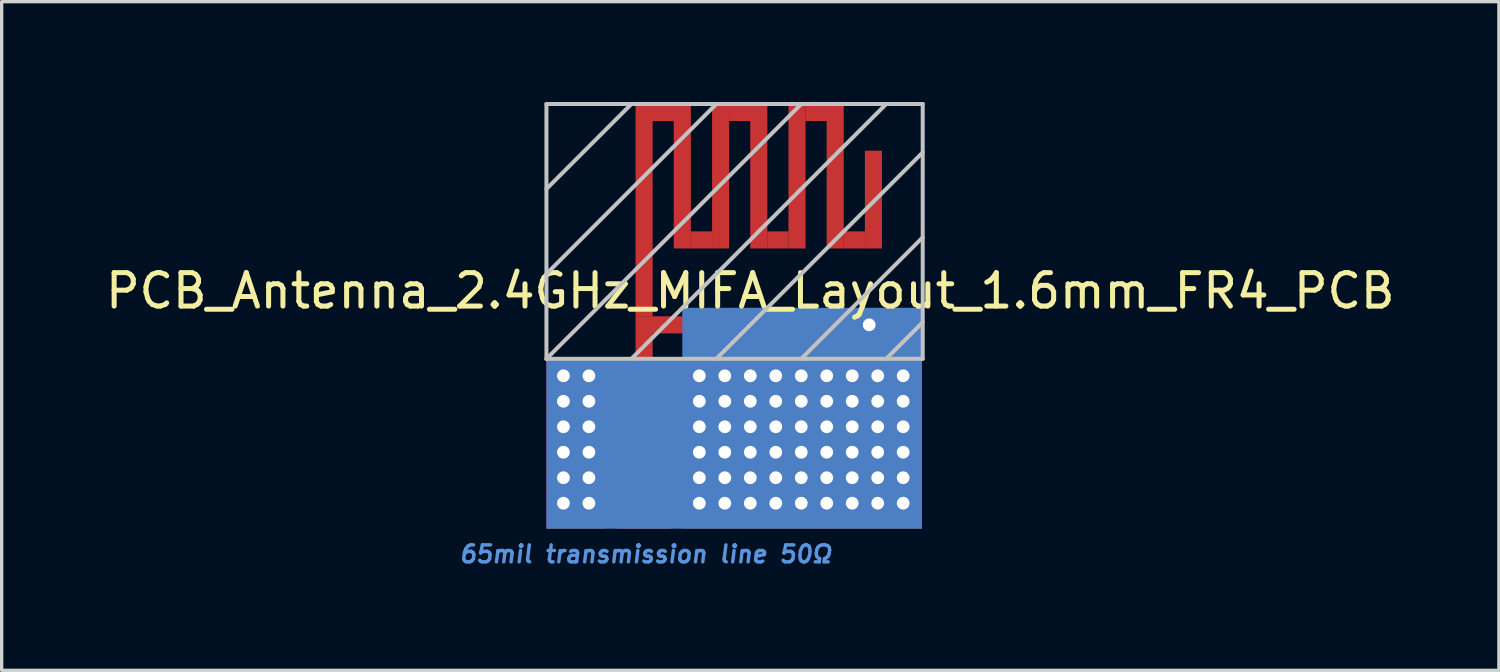
<source format=kicad_pcb>
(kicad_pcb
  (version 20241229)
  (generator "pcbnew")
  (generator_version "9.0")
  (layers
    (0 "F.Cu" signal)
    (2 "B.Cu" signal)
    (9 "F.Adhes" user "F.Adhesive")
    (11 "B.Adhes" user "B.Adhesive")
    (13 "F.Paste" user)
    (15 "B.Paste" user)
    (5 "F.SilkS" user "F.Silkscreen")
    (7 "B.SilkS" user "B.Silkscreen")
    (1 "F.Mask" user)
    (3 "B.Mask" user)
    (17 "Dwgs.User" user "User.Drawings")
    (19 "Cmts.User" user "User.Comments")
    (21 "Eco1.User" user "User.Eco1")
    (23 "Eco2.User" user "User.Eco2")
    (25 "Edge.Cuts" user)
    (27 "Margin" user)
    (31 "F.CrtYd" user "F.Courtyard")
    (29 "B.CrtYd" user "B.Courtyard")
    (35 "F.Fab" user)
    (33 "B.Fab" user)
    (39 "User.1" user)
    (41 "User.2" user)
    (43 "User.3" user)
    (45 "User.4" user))
  (footprint "PCB_Antenna_2.4GHz_MIFA_Layout_1.6mm_FR4_PCB"
    (layer "F.Cu")
    (at 13.291 12.76)
    (property "Reference" "PCB_Antenna_2.4GHz_MIFA_Layout_1.6mm_FR4_PCB" (at 6.096 -7.112 0) (layer "F.SilkS") (effects (font (size 1 1) (thickness 0.15))))
    (attr through_hole)
    (fp_poly (pts (xy 1.778 0) (xy 1.778 -5.08) (xy 0 -5.08) (xy 0 0)) (stroke (width 0.003) (type solid)) (fill yes) (layer "F.Cu"))
    (fp_poly (pts (xy 3.747 0) (xy 2.095 0) (xy 2.095 -4.064) (xy 3.747 -4.064)) (stroke (width 0.003) (type solid)) (fill yes) (layer "F.Cu"))
    (fp_poly (pts (xy 3.81 -12.192) (xy 3.81 -8.382) (xy 4.318 -8.382) (xy 4.318 -12.192)) (stroke (width 0.003) (type solid)) (fill yes) (layer "F.Cu"))
    (fp_poly (pts (xy 4.064 -5.08) (xy 11.227 -5.08) (xy 11.227 0) (xy 4.064 0)) (stroke (width 0.003) (type solid)) (fill yes) (layer "F.Cu"))
    (fp_poly (pts (xy 4.318 -8.382) (xy 4.953 -8.382) (xy 4.953 -8.89) (xy 4.318 -8.89)) (stroke (width 0.003) (type solid)) (fill yes) (layer "F.Cu"))
    (fp_poly (pts (xy 4.953 -12.7) (xy 4.953 -8.382) (xy 5.461 -8.382) (xy 5.461 -12.7)) (stroke (width 0.003) (type solid)) (fill yes) (layer "F.Cu"))
    (fp_poly (pts (xy 5.461 -12.192) (xy 6.604 -12.192) (xy 6.604 -12.7) (xy 5.461 -12.7)) (stroke (width 0.003) (type solid)) (fill yes) (layer "F.Cu"))
    (fp_poly (pts (xy 6.096 -12.192) (xy 6.096 -8.382) (xy 6.604 -8.382) (xy 6.604 -12.192)) (stroke (width 0.003) (type solid)) (fill yes) (layer "F.Cu"))
    (fp_poly (pts (xy 6.604 -8.382) (xy 7.239 -8.382) (xy 7.239 -8.89) (xy 6.604 -8.89)) (stroke (width 0.003) (type solid)) (fill yes) (layer "F.Cu"))
    (fp_poly (pts (xy 7.239 -12.7) (xy 7.239 -8.382) (xy 7.747 -8.382) (xy 7.747 -12.7)) (stroke (width 0.003) (type solid)) (fill yes) (layer "F.Cu"))
    (fp_poly (pts (xy 7.747 -12.192) (xy 8.89 -12.192) (xy 8.89 -12.7) (xy 7.747 -12.7)) (stroke (width 0.003) (type solid)) (fill yes) (layer "F.Cu"))
    (fp_poly (pts (xy 8.382 -12.192) (xy 8.382 -8.382) (xy 8.89 -8.382) (xy 8.89 -12.192)) (stroke (width 0.003) (type solid)) (fill yes) (layer "F.Cu"))
    (fp_poly (pts (xy 8.89 -8.382) (xy 9.525 -8.382) (xy 9.525 -8.89) (xy 8.89 -8.89)) (stroke (width 0.003) (type solid)) (fill yes) (layer "F.Cu"))
    (fp_poly (pts (xy 9.525 -11.303) (xy 9.525 -8.382) (xy 10.033 -8.382) (xy 10.033 -11.303)) (stroke (width 0.003) (type solid)) (fill yes) (layer "F.Cu"))
    (fp_poly (pts (xy 2.921 -5.08) (xy 3.175 -5.08) (xy 3.747 -4.064) (xy 2.095 -4.064) (xy 2.667 -5.08)) (stroke (width 0.003) (type solid)) (fill yes) (layer "F.Cu"))
    (fp_poly (pts (xy 2.667 -6.35) (xy 2.667 -12.7) (xy 4.318 -12.7) (xy 4.318 -12.192) (xy 3.175 -12.192) (xy 3.175 -6.35)) (stroke (width 0.003) (type solid)) (fill yes) (layer "F.Cu"))
    (fp_poly (pts (xy 3.175 -5.08) (xy 3.175 -5.842) (xy 10.16 -5.842) (xy 10.16 -6.35) (xy 3.175 -6.35) (xy 2.667 -6.35) (xy 2.667 -5.08)) (stroke (width 0.003) (type solid)) (fill yes) (layer "F.Cu"))
    (fp_poly (pts (xy 0 0) (xy 0 -5.08) (xy 4.064 -5.08) (xy 4.064 -6.604) (xy 11.227 -6.604) (xy 11.227 0)) (stroke (width 0.003) (type solid)) (fill yes) (layer "B.Cu"))
    (fp_line (start 0 -12.7) (end 11.252 -12.7) (stroke (width 0.12) (type solid)) (layer "Dwgs.User"))
    (fp_line (start 0 -10.16) (end 2.54 -12.7) (stroke (width 0.12) (type solid)) (layer "Dwgs.User"))
    (fp_line (start 0 -7.62) (end 5.08 -12.7) (stroke (width 0.12) (type solid)) (layer "Dwgs.User"))
    (fp_line (start 0 -5.08) (end 0 -12.7) (stroke (width 0.12) (type solid)) (layer "Dwgs.User"))
    (fp_line (start 0 -5.08) (end 7.62 -12.7) (stroke (width 0.12) (type solid)) (layer "Dwgs.User"))
    (fp_line (start 2.54 -5.08) (end 10.16 -12.7) (stroke (width 0.12) (type solid)) (layer "Dwgs.User"))
    (fp_line (start 5.08 -5.08) (end 11.252 -11.252) (stroke (width 0.12) (type solid)) (layer "Dwgs.User"))
    (fp_line (start 7.62 -5.08) (end 11.252 -8.712) (stroke (width 0.12) (type solid)) (layer "Dwgs.User"))
    (fp_line (start 10.16 -5.08) (end 11.252 -6.172) (stroke (width 0.12) (type solid)) (layer "Dwgs.User"))
    (fp_line (start 11.252 -12.7) (end 11.252 -5.08) (stroke (width 0.12) (type solid)) (layer "Dwgs.User"))
    (fp_line (start 11.252 -5.08) (end 0 -5.08) (stroke (width 0.12) (type solid)) (layer "Dwgs.User"))
    (fp_text user "65mil transmission line 50Ω" (at 2.972 0.762 0) (layer "Cmts.User") (effects (font (size 0.508 0.508) (thickness 0.102) (italic yes))))
    (pad "" thru_hole circle (at 0.508 -4.572) (size 0.508 0.508) (drill 0.381) (layers "*.Cu"))
    (pad "" thru_hole circle (at 0.508 -3.81) (size 0.508 0.508) (drill 0.381) (layers "*.Cu"))
    (pad "" thru_hole circle (at 0.508 -3.048) (size 0.508 0.508) (drill 0.381) (layers "*.Cu"))
    (pad "" thru_hole circle (at 0.508 -2.286) (size 0.508 0.508) (drill 0.381) (layers "*.Cu"))
    (pad "" thru_hole circle (at 0.508 -1.524) (size 0.508 0.508) (drill 0.381) (layers "*.Cu"))
    (pad "" thru_hole circle (at 0.508 -0.762) (size 0.508 0.508) (drill 0.381) (layers "*.Cu"))
    (pad "" thru_hole circle (at 1.27 -4.572) (size 0.508 0.508) (drill 0.381) (layers "*.Cu"))
    (pad "" thru_hole circle (at 1.27 -3.81) (size 0.508 0.508) (drill 0.381) (layers "*.Cu"))
    (pad "" thru_hole circle (at 1.27 -3.048) (size 0.508 0.508) (drill 0.381) (layers "*.Cu"))
    (pad "" thru_hole circle (at 1.27 -2.286) (size 0.508 0.508) (drill 0.381) (layers "*.Cu"))
    (pad "" thru_hole circle (at 1.27 -1.524) (size 0.508 0.508) (drill 0.381) (layers "*.Cu"))
    (pad "" thru_hole circle (at 1.27 -0.762) (size 0.508 0.508) (drill 0.381) (layers "*.Cu"))
    (pad "" thru_hole circle (at 4.572 -4.572) (size 0.508 0.508) (drill 0.381) (layers "*.Cu"))
    (pad "" thru_hole circle (at 4.572 -3.81) (size 0.508 0.508) (drill 0.381) (layers "*.Cu"))
    (pad "" thru_hole circle (at 4.572 -3.048) (size 0.508 0.508) (drill 0.381) (layers "*.Cu"))
    (pad "" thru_hole circle (at 4.572 -2.286) (size 0.508 0.508) (drill 0.381) (layers "*.Cu"))
    (pad "" thru_hole circle (at 4.572 -1.524) (size 0.508 0.508) (drill 0.381) (layers "*.Cu"))
    (pad "" thru_hole circle (at 4.572 -0.762) (size 0.508 0.508) (drill 0.381) (layers "*.Cu"))
    (pad "" thru_hole circle (at 5.334 -4.572) (size 0.508 0.508) (drill 0.381) (layers "*.Cu"))
    (pad "" thru_hole circle (at 5.334 -3.81) (size 0.508 0.508) (drill 0.381) (layers "*.Cu"))
    (pad "" thru_hole circle (at 5.334 -3.048) (size 0.508 0.508) (drill 0.381) (layers "*.Cu"))
    (pad "" thru_hole circle (at 5.334 -2.286) (size 0.508 0.508) (drill 0.381) (layers "*.Cu"))
    (pad "" thru_hole circle (at 5.334 -1.524) (size 0.508 0.508) (drill 0.381) (layers "*.Cu"))
    (pad "" thru_hole circle (at 5.334 -0.762) (size 0.508 0.508) (drill 0.381) (layers "*.Cu"))
    (pad "" thru_hole circle (at 6.096 -4.572) (size 0.508 0.508) (drill 0.381) (layers "*.Cu"))
    (pad "" thru_hole circle (at 6.096 -3.81) (size 0.508 0.508) (drill 0.381) (layers "*.Cu"))
    (pad "" thru_hole circle (at 6.096 -3.048) (size 0.508 0.508) (drill 0.381) (layers "*.Cu"))
    (pad "" thru_hole circle (at 6.096 -2.286) (size 0.508 0.508) (drill 0.381) (layers "*.Cu"))
    (pad "" thru_hole circle (at 6.096 -1.524) (size 0.508 0.508) (drill 0.381) (layers "*.Cu"))
    (pad "" thru_hole circle (at 6.096 -0.762) (size 0.508 0.508) (drill 0.381) (layers "*.Cu"))
    (pad "" thru_hole circle (at 6.858 -4.572) (size 0.508 0.508) (drill 0.381) (layers "*.Cu"))
    (pad "" thru_hole circle (at 6.858 -3.81) (size 0.508 0.508) (drill 0.381) (layers "*.Cu"))
    (pad "" thru_hole circle (at 6.858 -3.048) (size 0.508 0.508) (drill 0.381) (layers "*.Cu"))
    (pad "" thru_hole circle (at 6.858 -2.286) (size 0.508 0.508) (drill 0.381) (layers "*.Cu"))
    (pad "" thru_hole circle (at 6.858 -1.524) (size 0.508 0.508) (drill 0.381) (layers "*.Cu"))
    (pad "" thru_hole circle (at 6.858 -0.762) (size 0.508 0.508) (drill 0.381) (layers "*.Cu"))
    (pad "" thru_hole circle (at 7.62 -4.572) (size 0.508 0.508) (drill 0.381) (layers "*.Cu"))
    (pad "" thru_hole circle (at 7.62 -3.81) (size 0.508 0.508) (drill 0.381) (layers "*.Cu"))
    (pad "" thru_hole circle (at 7.62 -3.048) (size 0.508 0.508) (drill 0.381) (layers "*.Cu"))
    (pad "" thru_hole circle (at 7.62 -2.286) (size 0.508 0.508) (drill 0.381) (layers "*.Cu"))
    (pad "" thru_hole circle (at 7.62 -1.524) (size 0.508 0.508) (drill 0.381) (layers "*.Cu"))
    (pad "" thru_hole circle (at 7.62 -0.762) (size 0.508 0.508) (drill 0.381) (layers "*.Cu"))
    (pad "" thru_hole circle (at 8.382 -4.572) (size 0.508 0.508) (drill 0.381) (layers "*.Cu"))
    (pad "" thru_hole circle (at 8.382 -3.81) (size 0.508 0.508) (drill 0.381) (layers "*.Cu"))
    (pad "" thru_hole circle (at 8.382 -3.048) (size 0.508 0.508) (drill 0.381) (layers "*.Cu"))
    (pad "" thru_hole circle (at 8.382 -2.286) (size 0.508 0.508) (drill 0.381) (layers "*.Cu"))
    (pad "" thru_hole circle (at 8.382 -1.524) (size 0.508 0.508) (drill 0.381) (layers "*.Cu"))
    (pad "" thru_hole circle (at 8.382 -0.762) (size 0.508 0.508) (drill 0.381) (layers "*.Cu"))
    (pad "" thru_hole circle (at 9.144 -4.572) (size 0.508 0.508) (drill 0.381) (layers "*.Cu"))
    (pad "" thru_hole circle (at 9.144 -3.81) (size 0.508 0.508) (drill 0.381) (layers "*.Cu"))
    (pad "" thru_hole circle (at 9.144 -3.048) (size 0.508 0.508) (drill 0.381) (layers "*.Cu"))
    (pad "" thru_hole circle (at 9.144 -2.286) (size 0.508 0.508) (drill 0.381) (layers "*.Cu"))
    (pad "" thru_hole circle (at 9.144 -1.524) (size 0.508 0.508) (drill 0.381) (layers "*.Cu"))
    (pad "" thru_hole circle (at 9.144 -0.762) (size 0.508 0.508) (drill 0.381) (layers "*.Cu"))
    (pad "" thru_hole circle (at 9.652 -6.096) (size 0.508 0.508) (drill 0.381) (layers "*.Cu"))
    (pad "" thru_hole circle (at 9.906 -4.572) (size 0.508 0.508) (drill 0.381) (layers "*.Cu"))
    (pad "" thru_hole circle (at 9.906 -3.81) (size 0.508 0.508) (drill 0.381) (layers "*.Cu"))
    (pad "" thru_hole circle (at 9.906 -3.048) (size 0.508 0.508) (drill 0.381) (layers "*.Cu"))
    (pad "" thru_hole circle (at 9.906 -2.286) (size 0.508 0.508) (drill 0.381) (layers "*.Cu"))
    (pad "" thru_hole circle (at 9.906 -1.524) (size 0.508 0.508) (drill 0.381) (layers "*.Cu"))
    (pad "" thru_hole circle (at 9.906 -0.762) (size 0.508 0.508) (drill 0.381) (layers "*.Cu"))
    (pad "" thru_hole circle (at 10.668 -4.572) (size 0.508 0.508) (drill 0.381) (layers "*.Cu"))
    (pad "" thru_hole circle (at 10.668 -3.81) (size 0.508 0.508) (drill 0.381) (layers "*.Cu"))
    (pad "" thru_hole circle (at 10.668 -3.048) (size 0.508 0.508) (drill 0.381) (layers "*.Cu"))
    (pad "" thru_hole circle (at 10.668 -2.286) (size 0.508 0.508) (drill 0.381) (layers "*.Cu"))
    (pad "" thru_hole circle (at 10.668 -1.524) (size 0.508 0.508) (drill 0.381) (layers "*.Cu"))
    (pad "" thru_hole circle (at 10.668 -0.762) (size 0.508 0.508) (drill 0.381) (layers "*.Cu"))
    (pad "1" smd roundrect (at 2.921 -0.381) (size 1.651 0.762) (layers "F.Cu") (roundrect_rratio 0.25)))
  (gr_rect
    (start -3 -3)
    (end 41.774 16.997)
    (stroke (width 0.1) (type default))
    (fill no)
    (layer "Edge.Cuts")))
</source>
